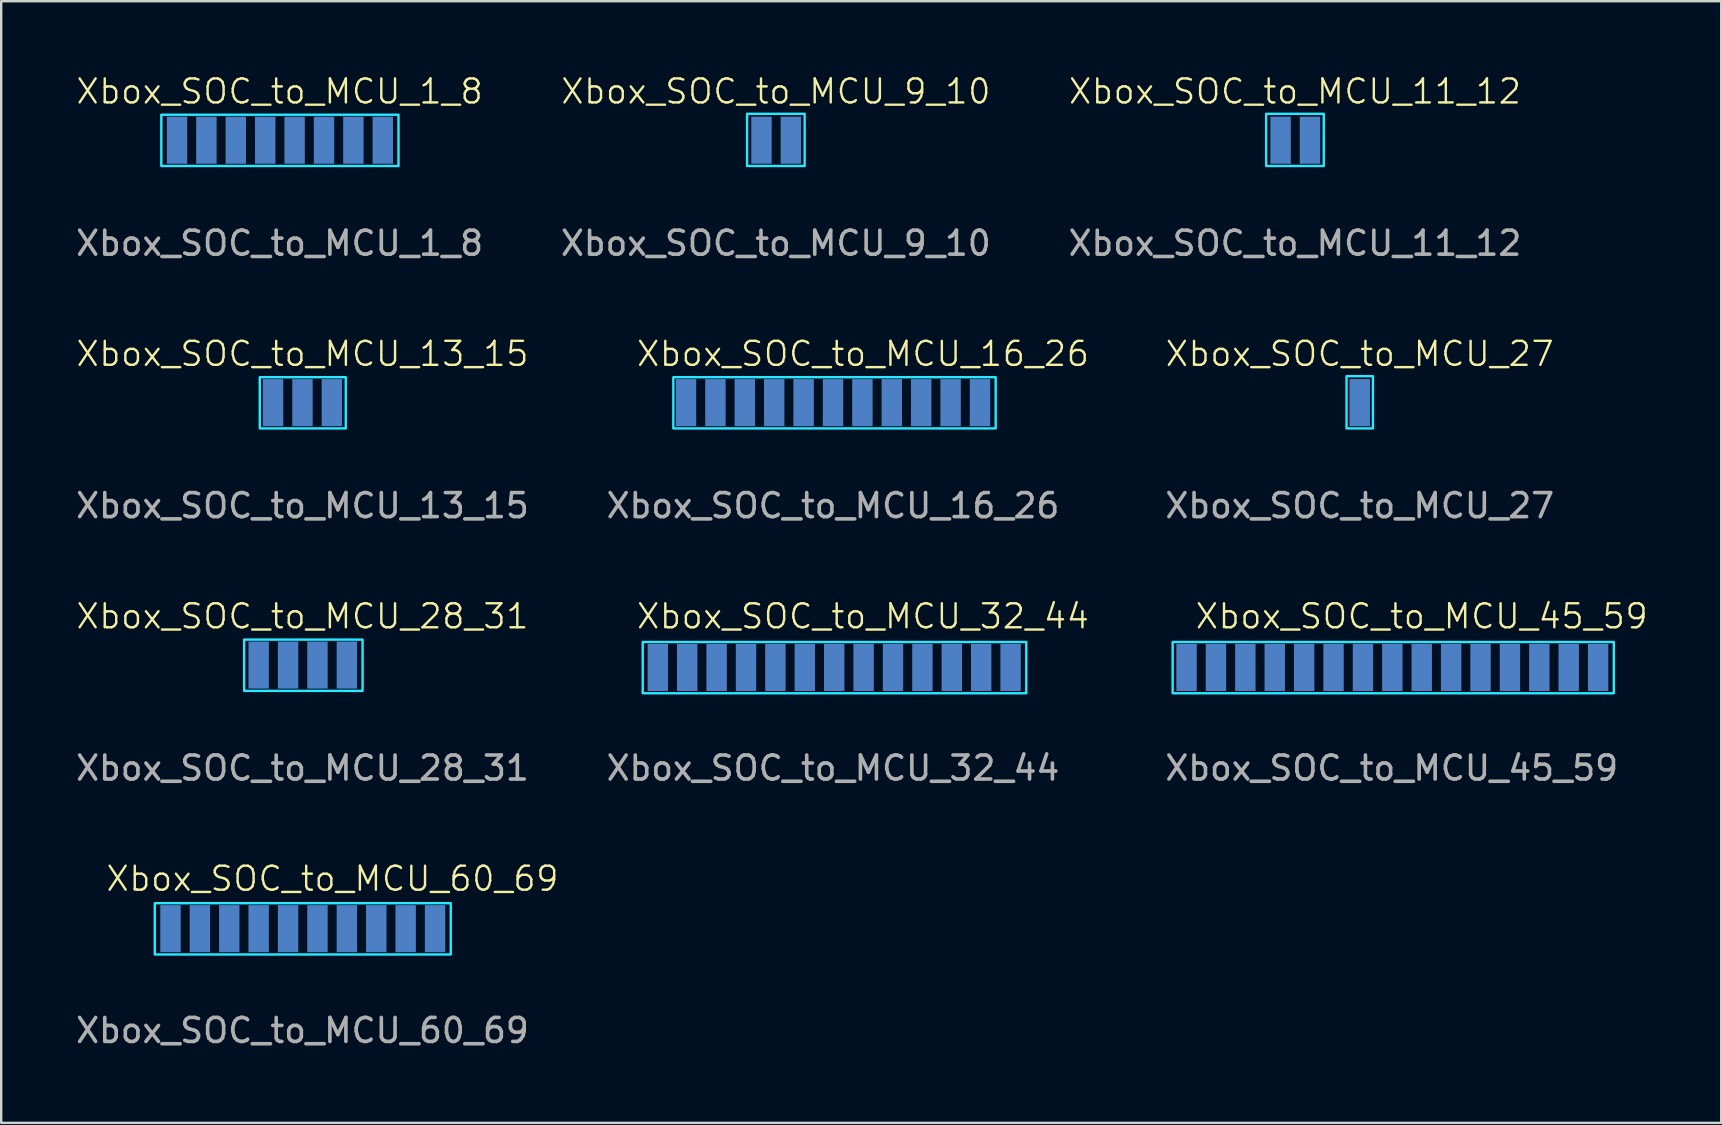
<source format=kicad_pcb>
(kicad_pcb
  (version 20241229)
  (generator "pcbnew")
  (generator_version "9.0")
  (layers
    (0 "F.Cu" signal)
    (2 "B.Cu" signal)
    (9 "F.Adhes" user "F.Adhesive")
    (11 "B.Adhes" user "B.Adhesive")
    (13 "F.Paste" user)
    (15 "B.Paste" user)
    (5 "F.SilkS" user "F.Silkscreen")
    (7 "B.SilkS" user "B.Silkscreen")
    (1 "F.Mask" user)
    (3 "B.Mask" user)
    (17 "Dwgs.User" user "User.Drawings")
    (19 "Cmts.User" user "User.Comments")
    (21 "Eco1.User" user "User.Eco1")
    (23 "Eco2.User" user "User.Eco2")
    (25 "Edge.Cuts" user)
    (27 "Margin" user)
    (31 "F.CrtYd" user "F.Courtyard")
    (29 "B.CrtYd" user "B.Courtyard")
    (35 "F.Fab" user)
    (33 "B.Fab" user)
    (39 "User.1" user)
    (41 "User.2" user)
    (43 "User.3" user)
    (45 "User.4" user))
  (footprint "Xbox_SOC_to_MCU_9_10"
    (layer "F.Cu")
    (at 29.28 2.792)
    (property "Reference" "Xbox_SOC_to_MCU_9_10" (at 0 -2.032 0) (unlocked yes) (layer "F.SilkS") (effects (font (size 1 1) (thickness 0.1))))
    (attr smd)
    (fp_rect (start -1.2 -1.1) (end 1.2 1.075) (stroke (width 0.1) (type default)) (fill no) (layer "B.CrtYd"))
    (fp_text user "${REFERENCE}" (at 0 4.294 0) (unlocked yes) (layer "F.Fab") (effects (font (size 1 1) (thickness 0.15))))
    (pad "1" connect rect (at 0.625 0 90) (size 1.961 0.85) (layers "B.Cu" "B.Mask"))
    (pad "2" connect rect (at -0.6 0 90) (size 1.961 0.85) (layers "B.Cu" "B.Mask")))
  (footprint "Xbox_SOC_to_MCU_45_59"
    (layer "F.Cu")
    (at 54.943 24.662)
    (property "Reference" "Xbox_SOC_to_MCU_45_59" (at 1.25 -2.032 0) (unlocked yes) (layer "F.SilkS") (effects (font (size 1 1) (thickness 0.1))))
    (attr smd)
    (fp_rect (start -9.129 -0.96) (end 9.254 1.175) (stroke (width 0.1) (type default)) (fill no) (layer "B.CrtYd"))
    (fp_text user "${REFERENCE}" (at 0 4.294 0) (unlocked yes) (layer "F.Fab") (effects (font (size 1 1) (thickness 0.15))))
    (pad "1" connect rect (at 8.6 0.1 90) (size 1.961 0.85) (layers "B.Cu" "B.Mask"))
    (pad "2" connect rect (at 7.375 0.1 90) (size 1.961 0.85) (layers "B.Cu" "B.Mask"))
    (pad "3" connect rect (at 6.15 0.1 90) (size 1.961 0.85) (layers "B.Cu" "B.Mask"))
    (pad "4" connect rect (at 4.925 0.1 90) (size 1.961 0.85) (layers "B.Cu" "B.Mask"))
    (pad "5" connect rect (at 3.7 0.1 90) (size 1.961 0.85) (layers "B.Cu" "B.Mask"))
    (pad "6" connect rect (at 2.475 0.1 90) (size 1.961 0.85) (layers "B.Cu" "B.Mask"))
    (pad "7" connect rect (at 1.25 0.1 90) (size 1.961 0.85) (layers "B.Cu" "B.Mask"))
    (pad "8" connect rect (at 0.025 0.1 90) (size 1.961 0.85) (layers "B.Cu" "B.Mask"))
    (pad "9" connect rect (at -1.2 0.1 90) (size 1.961 0.85) (layers "B.Cu" "B.Mask"))
    (pad "10" connect rect (at -2.425 0.1 90) (size 1.961 0.85) (layers "B.Cu" "B.Mask"))
    (pad "11" connect rect (at -3.65 0.1 90) (size 1.961 0.85) (layers "B.Cu" "B.Mask"))
    (pad "12" connect rect (at -4.875 0.1 90) (size 1.961 0.85) (layers "B.Cu" "B.Mask"))
    (pad "13" connect rect (at -6.1 0.1 90) (size 1.961 0.85) (layers "B.Cu" "B.Mask"))
    (pad "14" connect rect (at -7.325 0.1 90) (size 1.961 0.85) (layers "B.Cu" "B.Mask"))
    (pad "15" connect rect (at -8.55 0.1 90) (size 1.961 0.85) (layers "B.Cu" "B.Mask")))
  (footprint "Xbox_SOC_to_MCU_27"
    (layer "F.Cu")
    (at 53.61 13.727)
    (property "Reference" "Xbox_SOC_to_MCU_27" (at 0 -2.032 0) (unlocked yes) (layer "F.SilkS") (effects (font (size 1 1) (thickness 0.1))))
    (attr smd)
    (fp_rect (start -0.55 -1.1) (end 0.55 1.075) (stroke (width 0.1) (type default)) (fill no) (layer "B.CrtYd"))
    (fp_text user "${REFERENCE}" (at 0 4.294 0) (unlocked yes) (layer "F.Fab") (effects (font (size 1 1) (thickness 0.15))))
    (pad "1" connect rect (at 0 0 90) (size 1.961 0.85) (layers "B.Cu" "B.Mask")))
  (footprint "Xbox_SOC_to_MCU_32_44"
    (layer "F.Cu")
    (at 31.661 24.662)
    (property "Reference" "Xbox_SOC_to_MCU_32_44" (at 1.25 -2.032 0) (unlocked yes) (layer "F.SilkS") (effects (font (size 1 1) (thickness 0.1))))
    (attr smd)
    (fp_rect (start -7.929 -0.96) (end 8.054 1.175) (stroke (width 0.1) (type default)) (fill no) (layer "B.CrtYd"))
    (fp_text user "${REFERENCE}" (at 0 4.294 0) (unlocked yes) (layer "F.Fab") (effects (font (size 1 1) (thickness 0.15))))
    (pad "1" connect rect (at 7.4 0.1 90) (size 1.961 0.85) (layers "B.Cu" "B.Mask"))
    (pad "2" connect rect (at 6.175 0.1 90) (size 1.961 0.85) (layers "B.Cu" "B.Mask"))
    (pad "3" connect rect (at 4.95 0.1 90) (size 1.961 0.85) (layers "B.Cu" "B.Mask"))
    (pad "4" connect rect (at 3.725 0.1 90) (size 1.961 0.85) (layers "B.Cu" "B.Mask"))
    (pad "5" connect rect (at 2.5 0.1 90) (size 1.961 0.85) (layers "B.Cu" "B.Mask"))
    (pad "6" connect rect (at 1.275 0.1 90) (size 1.961 0.85) (layers "B.Cu" "B.Mask"))
    (pad "7" connect rect (at 0.05 0.1 90) (size 1.961 0.85) (layers "B.Cu" "B.Mask"))
    (pad "8" connect rect (at -1.175 0.1 90) (size 1.961 0.85) (layers "B.Cu" "B.Mask"))
    (pad "9" connect rect (at -2.4 0.1 90) (size 1.961 0.85) (layers "B.Cu" "B.Mask"))
    (pad "10" connect rect (at -3.625 0.1 90) (size 1.961 0.85) (layers "B.Cu" "B.Mask"))
    (pad "11" connect rect (at -4.85 0.1 90) (size 1.961 0.85) (layers "B.Cu" "B.Mask"))
    (pad "12" connect rect (at -6.075 0.1 90) (size 1.961 0.85) (layers "B.Cu" "B.Mask"))
    (pad "13" connect rect (at -7.3 0.1 90) (size 1.961 0.85) (layers "B.Cu" "B.Mask")))
  (footprint "Xbox_SOC_to_MCU_11_12"
    (layer "F.Cu")
    (at 50.911 2.792)
    (property "Reference" "Xbox_SOC_to_MCU_11_12" (at 0 -2.032 0) (unlocked yes) (layer "F.SilkS") (effects (font (size 1 1) (thickness 0.1))))
    (attr smd)
    (fp_rect (start -1.2 -1.1) (end 1.2 1.075) (stroke (width 0.1) (type default)) (fill no) (layer "B.CrtYd"))
    (fp_text user "${REFERENCE}" (at 0 4.294 0) (unlocked yes) (layer "F.Fab") (effects (font (size 1 1) (thickness 0.15))))
    (pad "1" connect rect (at 0.625 0 90) (size 1.961 0.85) (layers "B.Cu" "B.Mask"))
    (pad "2" connect rect (at -0.6 0 90) (size 1.961 0.85) (layers "B.Cu" "B.Mask")))
  (footprint "Xbox_SOC_to_MCU_16_26"
    (layer "F.Cu")
    (at 31.661 13.727)
    (property "Reference" "Xbox_SOC_to_MCU_16_26" (at 1.25 -2.032 0) (unlocked yes) (layer "F.SilkS") (effects (font (size 1 1) (thickness 0.1))))
    (attr smd)
    (fp_rect (start -6.654 -1.06) (end 6.779 1.075) (stroke (width 0.1) (type default)) (fill no) (layer "B.CrtYd"))
    (fp_text user "${REFERENCE}" (at 0 4.294 0) (unlocked yes) (layer "F.Fab") (effects (font (size 1 1) (thickness 0.15))))
    (pad "1" connect rect (at 6.125 0 90) (size 1.961 0.85) (layers "B.Cu" "B.Mask"))
    (pad "2" connect rect (at 4.9 0 90) (size 1.961 0.85) (layers "B.Cu" "B.Mask"))
    (pad "3" connect rect (at 3.675 0 90) (size 1.961 0.85) (layers "B.Cu" "B.Mask"))
    (pad "4" connect rect (at 2.45 0 90) (size 1.961 0.85) (layers "B.Cu" "B.Mask"))
    (pad "5" connect rect (at 1.225 0 90) (size 1.961 0.85) (layers "B.Cu" "B.Mask"))
    (pad "6" connect rect (at 0 0 90) (size 1.961 0.85) (layers "B.Cu" "B.Mask"))
    (pad "7" connect rect (at -1.225 0 90) (size 1.961 0.85) (layers "B.Cu" "B.Mask"))
    (pad "8" connect rect (at -2.45 0 90) (size 1.961 0.85) (layers "B.Cu" "B.Mask"))
    (pad "9" connect rect (at -3.675 0 90) (size 1.961 0.85) (layers "B.Cu" "B.Mask"))
    (pad "10" connect rect (at -4.9 0 90) (size 1.961 0.85) (layers "B.Cu" "B.Mask"))
    (pad "11" connect rect (at -6.125 0 90) (size 1.961 0.85) (layers "B.Cu" "B.Mask")))
  (footprint "Xbox_SOC_to_MCU_1_8"
    (layer "F.Cu")
    (at 8.601 2.792)
    (property "Reference" "Xbox_SOC_to_MCU_1_8" (at 0 -2.032 0) (unlocked yes) (layer "F.SilkS") (effects (font (size 1 1) (thickness 0.1))))
    (attr smd)
    (fp_rect (start -4.929 -1.06) (end 4.954 1.075) (stroke (width 0.1) (type default)) (fill no) (layer "B.CrtYd"))
    (fp_text user "${REFERENCE}" (at 0 4.294 0) (unlocked yes) (layer "F.Fab") (effects (font (size 1 1) (thickness 0.15))))
    (pad "1" connect rect (at 4.3 0 90) (size 1.961 0.85) (layers "B.Cu" "B.Mask"))
    (pad "2" connect rect (at 3.075 0 90) (size 1.961 0.85) (layers "B.Cu" "B.Mask"))
    (pad "3" connect rect (at 1.85 0 90) (size 1.961 0.85) (layers "B.Cu" "B.Mask"))
    (pad "4" connect rect (at 0.625 0 90) (size 1.961 0.85) (layers "B.Cu" "B.Mask"))
    (pad "5" connect rect (at -0.6 0 90) (size 1.961 0.85) (layers "B.Cu" "B.Mask"))
    (pad "6" connect rect (at -1.825 0 90) (size 1.961 0.85) (layers "B.Cu" "B.Mask"))
    (pad "7" connect rect (at -3.05 0 90) (size 1.961 0.85) (layers "B.Cu" "B.Mask"))
    (pad "8" connect rect (at -4.275 0 90) (size 1.961 0.85) (layers "B.Cu" "B.Mask")))
  (footprint "Xbox_SOC_to_MCU_13_15"
    (layer "F.Cu")
    (at 9.554 13.727)
    (property "Reference" "Xbox_SOC_to_MCU_13_15" (at 0 -2.032 0) (unlocked yes) (layer "F.SilkS") (effects (font (size 1 1) (thickness 0.1))))
    (attr smd)
    (fp_rect (start -1.779 -1.06) (end 1.804 1.075) (stroke (width 0.1) (type default)) (fill no) (layer "B.CrtYd"))
    (fp_text user "${REFERENCE}" (at 0 4.294 0) (unlocked yes) (layer "F.Fab") (effects (font (size 1 1) (thickness 0.15))))
    (pad "1" connect rect (at 1.225 0 90) (size 1.961 0.85) (layers "B.Cu" "B.Mask"))
    (pad "2" connect rect (at 0 0 90) (size 1.961 0.85) (layers "B.Cu" "B.Mask"))
    (pad "3" connect rect (at -1.225 0 90) (size 1.961 0.85) (layers "B.Cu" "B.Mask")))
  (footprint "Xbox_SOC_to_MCU_60_69"
    (layer "F.Cu")
    (at 9.554 35.597)
    (property "Reference" "Xbox_SOC_to_MCU_60_69" (at 1.25 -2.032 0) (unlocked yes) (layer "F.SilkS") (effects (font (size 1 1) (thickness 0.1))))
    (attr smd)
    (fp_rect (start -6.154 -1.01) (end 6.179 1.125) (stroke (width 0.1) (type default)) (fill no) (layer "B.CrtYd"))
    (fp_text user "${REFERENCE}" (at 0 4.294 0) (unlocked yes) (layer "F.Fab") (effects (font (size 1 1) (thickness 0.15))))
    (pad "1" connect rect (at 5.525 0.05 90) (size 1.961 0.85) (layers "B.Cu" "B.Mask"))
    (pad "2" connect rect (at 4.3 0.05 90) (size 1.961 0.85) (layers "B.Cu" "B.Mask"))
    (pad "3" connect rect (at 3.075 0.05 90) (size 1.961 0.85) (layers "B.Cu" "B.Mask"))
    (pad "4" connect rect (at 1.85 0.05 90) (size 1.961 0.85) (layers "B.Cu" "B.Mask"))
    (pad "5" connect rect (at 0.625 0.05 90) (size 1.961 0.85) (layers "B.Cu" "B.Mask"))
    (pad "6" connect rect (at -0.6 0.05 90) (size 1.961 0.85) (layers "B.Cu" "B.Mask"))
    (pad "7" connect rect (at -1.825 0.05 90) (size 1.961 0.85) (layers "B.Cu" "B.Mask"))
    (pad "8" connect rect (at -3.05 0.05 90) (size 1.961 0.85) (layers "B.Cu" "B.Mask"))
    (pad "9" connect rect (at -4.275 0.05 90) (size 1.961 0.85) (layers "B.Cu" "B.Mask"))
    (pad "10" connect rect (at -5.5 0.05 90) (size 1.961 0.85) (layers "B.Cu" "B.Mask")))
  (footprint "Xbox_SOC_to_MCU_28_31"
    (layer "F.Cu")
    (at 9.554 24.662)
    (property "Reference" "Xbox_SOC_to_MCU_28_31" (at 0 -2.032 0) (unlocked yes) (layer "F.SilkS") (effects (font (size 1 1) (thickness 0.1))))
    (attr smd)
    (fp_rect (start -2.429 -1.06) (end 2.504 1.075) (stroke (width 0.1) (type default)) (fill no) (layer "B.CrtYd"))
    (fp_text user "${REFERENCE}" (at 0 4.294 0) (unlocked yes) (layer "F.Fab") (effects (font (size 1 1) (thickness 0.15))))
    (pad "1" connect rect (at 1.85 0 90) (size 1.961 0.85) (layers "B.Cu" "B.Mask"))
    (pad "2" connect rect (at 0.625 0 90) (size 1.961 0.85) (layers "B.Cu" "B.Mask"))
    (pad "3" connect rect (at -0.6 0 90) (size 1.961 0.85) (layers "B.Cu" "B.Mask"))
    (pad "4" connect rect (at -1.825 0 90) (size 1.961 0.85) (layers "B.Cu" "B.Mask")))
  (gr_rect
    (start -3 -3)
    (end 68.671 43.739)
    (stroke (width 0.1) (type default))
    (fill no)
    (layer "Edge.Cuts")))
</source>
